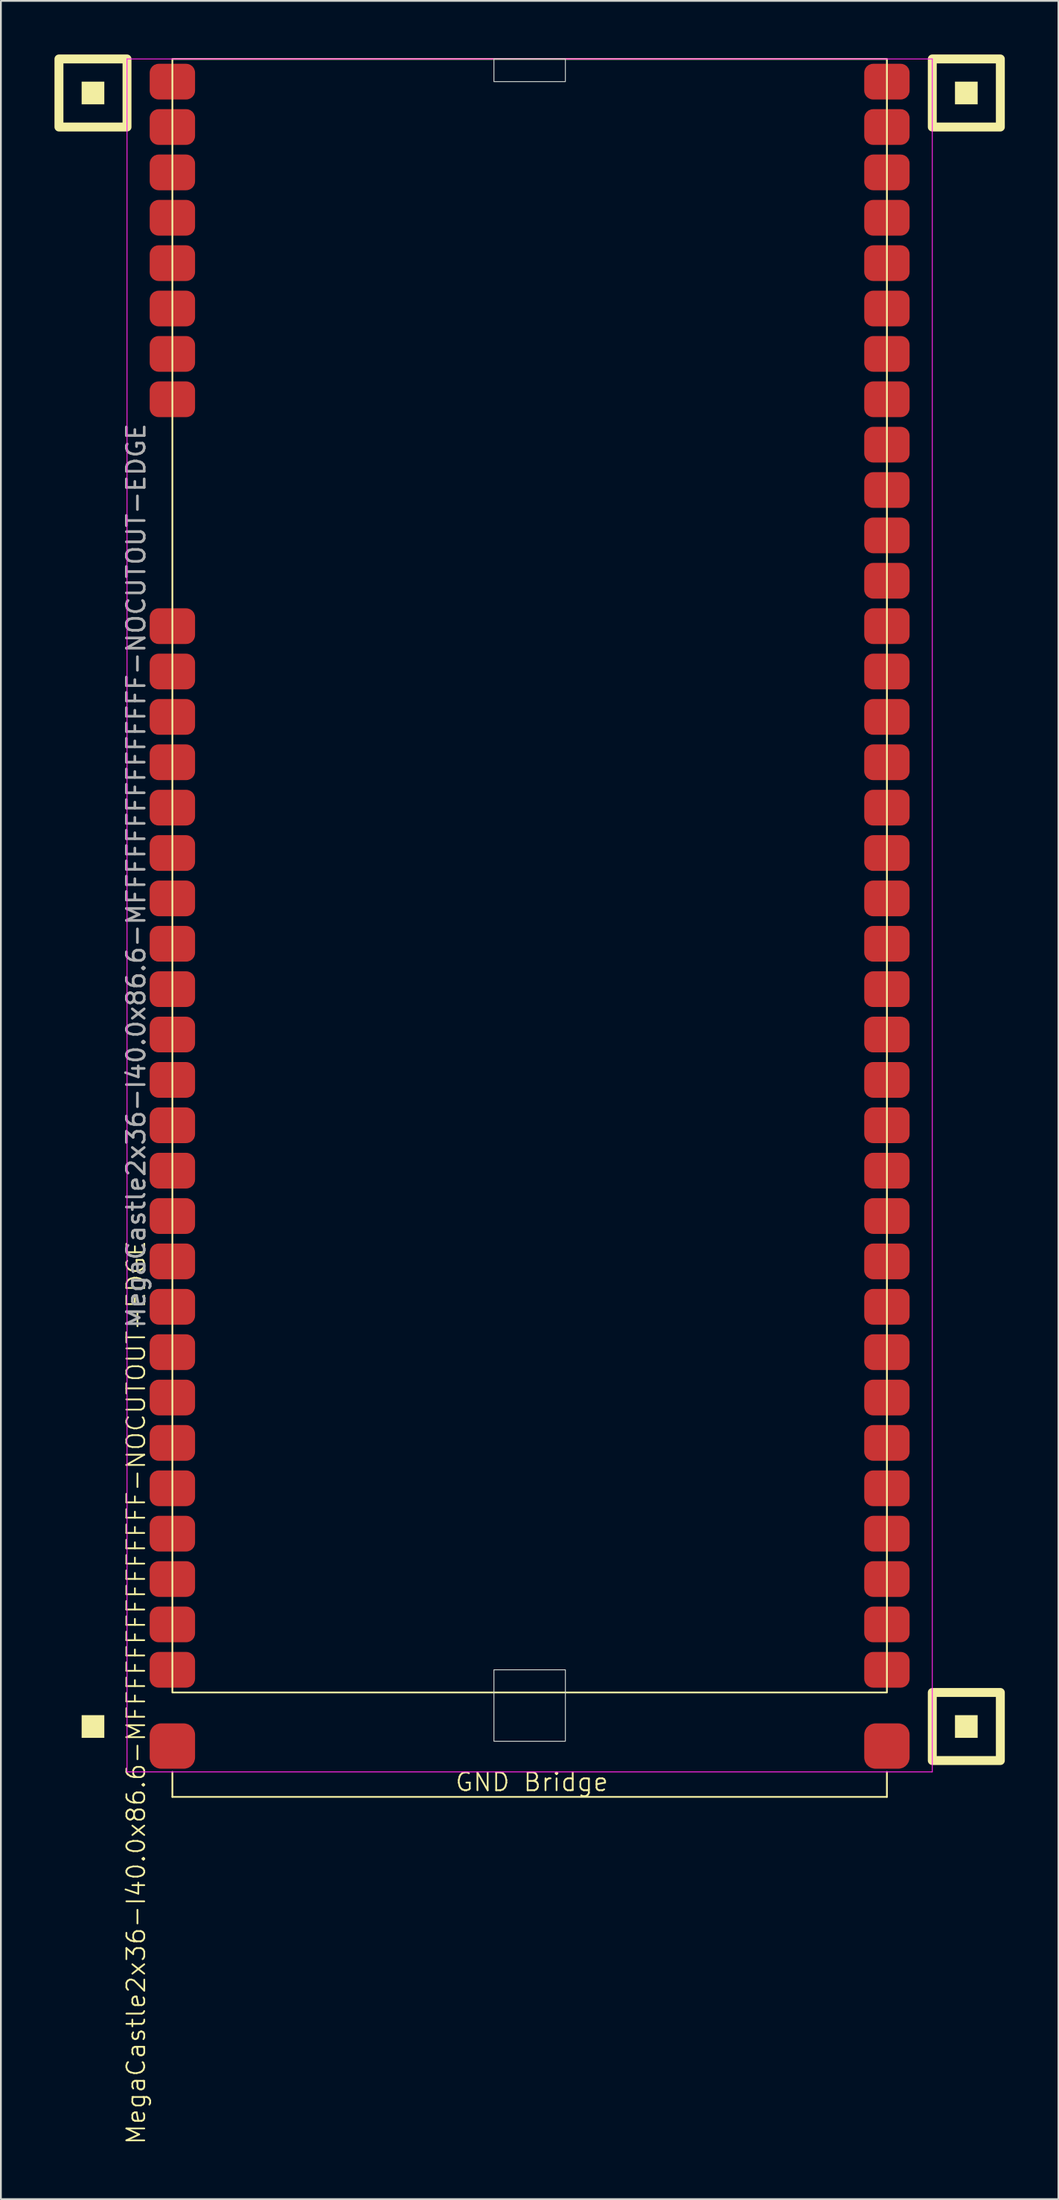
<source format=kicad_pcb>
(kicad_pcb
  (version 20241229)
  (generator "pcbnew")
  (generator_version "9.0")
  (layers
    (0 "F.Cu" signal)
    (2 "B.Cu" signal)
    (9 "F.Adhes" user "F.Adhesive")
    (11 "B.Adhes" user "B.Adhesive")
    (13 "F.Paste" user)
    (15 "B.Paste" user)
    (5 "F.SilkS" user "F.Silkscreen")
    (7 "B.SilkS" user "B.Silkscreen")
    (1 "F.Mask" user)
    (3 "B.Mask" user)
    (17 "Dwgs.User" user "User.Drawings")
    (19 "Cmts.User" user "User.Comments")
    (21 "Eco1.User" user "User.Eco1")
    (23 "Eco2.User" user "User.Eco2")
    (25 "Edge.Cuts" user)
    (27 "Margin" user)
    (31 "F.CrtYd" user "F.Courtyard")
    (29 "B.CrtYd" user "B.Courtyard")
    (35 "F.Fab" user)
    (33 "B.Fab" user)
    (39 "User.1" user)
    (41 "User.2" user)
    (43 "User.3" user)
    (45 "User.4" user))
  (footprint "MegaCastle2x36-I40.0x86.6-MFFFFFFFFFFFFFFF-NOCUTOUT-EDGE"
    (layer "F.Cu")
    (at 26.6 45.97)
    (property "Reference" "MegaCastle2x36-I40.0x86.6-MFFFFFFFFFFFFFFF-NOCUTOUT-EDGE" (at -22.032 45.72 90) (unlocked yes) (layer "F.SilkS") (effects (font (size 1 1) (thickness 0.1))))
    (attr smd)
    (fp_line (start -20 50.165) (end -20 51.565) (stroke (width 0.1) (type default)) (layer "F.SilkS"))
    (fp_line (start -20 51.565) (end 20 51.565) (stroke (width 0.1) (type default)) (layer "F.SilkS"))
    (fp_line (start 20 50.165) (end 20 51.565) (stroke (width 0.1) (type default)) (layer "F.SilkS"))
    (fp_rect (start -23.81 -43.18) (end -25.08 -44.45) (stroke (width 0) (type solid)) (fill yes) (layer "F.SilkS"))
    (fp_rect (start -23.81 48.26) (end -25.08 46.99) (stroke (width 0) (type solid)) (fill yes) (layer "F.SilkS"))
    (fp_rect (start -22.54 -41.91) (end -26.35 -45.72) (stroke (width 0.5) (type default)) (fill no) (layer "F.SilkS"))
    (fp_rect (start -20 -45.72) (end 20 45.72) (stroke (width 0.1) (type default)) (fill no) (layer "F.SilkS"))
    (fp_rect (start 25.08 -43.18) (end 23.81 -44.45) (stroke (width 0) (type solid)) (fill yes) (layer "F.SilkS"))
    (fp_rect (start 25.08 48.26) (end 23.81 46.99) (stroke (width 0) (type solid)) (fill yes) (layer "F.SilkS"))
    (fp_rect (start 26.35 -41.91) (end 22.54 -45.72) (stroke (width 0.5) (type default)) (fill no) (layer "F.SilkS"))
    (fp_rect (start 26.35 49.53) (end 22.54 45.72) (stroke (width 0.5) (type default)) (fill no) (layer "F.SilkS"))
    (fp_rect (start -2 -44.45) (end 2 -45.72) (stroke (width 0.05) (type default)) (fill no) (layer "Edge.Cuts"))
    (fp_rect (start -2 44.45) (end 2 48.45) (stroke (width 0.05) (type default)) (fill no) (layer "Edge.Cuts"))
    (fp_line (start -22.54 -45.72) (end -22.54 50.165) (stroke (width 0.05) (type default)) (layer "F.CrtYd"))
    (fp_line (start -22.54 50.165) (end 22.54 50.165) (stroke (width 0.05) (type default)) (layer "F.CrtYd"))
    (fp_line (start 22.54 -45.72) (end -22.54 -45.72) (stroke (width 0.05) (type default)) (layer "F.CrtYd"))
    (fp_line (start 22.54 -45.72) (end 22.54 50.165) (stroke (width 0.05) (type default)) (layer "F.CrtYd"))
    (fp_text user "GND Bridge" (at -4.226 51.32 0) (unlocked yes) (layer "F.SilkS") (effects (font (size 1 1) (thickness 0.1)) (justify left bottom)))
    (fp_text user "${REFERENCE}" (at -22.032 0 90) (unlocked yes) (layer "F.Fab") (effects (font (size 1 1) (thickness 0.15))))
    (pad "1" smd roundrect (at -20 -44.45) (size 2.54 2) (layers "F.Cu" "F.Mask" "F.Paste") (roundrect_rratio 0.25))
    (pad "2" smd roundrect (at -20 -41.91) (size 2.54 2) (layers "F.Cu" "F.Mask" "F.Paste") (roundrect_rratio 0.25))
    (pad "3" smd roundrect (at -20 -39.37) (size 2.54 2) (layers "F.Cu" "F.Mask" "F.Paste") (roundrect_rratio 0.25))
    (pad "4" smd roundrect (at -20 -36.83) (size 2.54 2) (layers "F.Cu" "F.Mask" "F.Paste") (roundrect_rratio 0.25))
    (pad "5" smd roundrect (at -20 -34.29) (size 2.54 2) (layers "F.Cu" "F.Mask" "F.Paste") (roundrect_rratio 0.25))
    (pad "6" smd roundrect (at -20 -31.75) (size 2.54 2) (layers "F.Cu" "F.Mask" "F.Paste") (roundrect_rratio 0.25))
    (pad "7" smd roundrect (at -20 -29.21) (size 2.54 2) (layers "F.Cu" "F.Mask" "F.Paste") (roundrect_rratio 0.25))
    (pad "8" smd roundrect (at -20 -26.67) (size 2.54 2) (layers "F.Cu" "F.Mask" "F.Paste") (roundrect_rratio 0.25))
    (pad "13" smd roundrect (at -20 -13.97) (size 2.54 2) (layers "F.Cu" "F.Mask" "F.Paste") (roundrect_rratio 0.25))
    (pad "14" smd roundrect (at -20 -11.43) (size 2.54 2) (layers "F.Cu" "F.Mask" "F.Paste") (roundrect_rratio 0.25))
    (pad "15" smd roundrect (at -20 -8.89) (size 2.54 2) (layers "F.Cu" "F.Mask" "F.Paste") (roundrect_rratio 0.25))
    (pad "16" smd roundrect (at -20 -6.35) (size 2.54 2) (layers "F.Cu" "F.Mask" "F.Paste") (roundrect_rratio 0.25))
    (pad "17" smd roundrect (at -20 -3.81) (size 2.54 2) (layers "F.Cu" "F.Mask" "F.Paste") (roundrect_rratio 0.25))
    (pad "18" smd roundrect (at -20 -1.27) (size 2.54 2) (layers "F.Cu" "F.Mask" "F.Paste") (roundrect_rratio 0.25))
    (pad "19" smd roundrect (at -20 1.27) (size 2.54 2) (layers "F.Cu" "F.Mask" "F.Paste") (roundrect_rratio 0.25))
    (pad "20" smd roundrect (at -20 3.81) (size 2.54 2) (layers "F.Cu" "F.Mask" "F.Paste") (roundrect_rratio 0.25))
    (pad "21" smd roundrect (at -20 6.35) (size 2.54 2) (layers "F.Cu" "F.Mask" "F.Paste") (roundrect_rratio 0.25))
    (pad "22" smd roundrect (at -20 8.89) (size 2.54 2) (layers "F.Cu" "F.Mask" "F.Paste") (roundrect_rratio 0.25))
    (pad "23" smd roundrect (at -20 11.43) (size 2.54 2) (layers "F.Cu" "F.Mask" "F.Paste") (roundrect_rratio 0.25))
    (pad "24" smd roundrect (at -20 13.97) (size 2.54 2) (layers "F.Cu" "F.Mask" "F.Paste") (roundrect_rratio 0.25))
    (pad "25" smd roundrect (at -20 16.51) (size 2.54 2) (layers "F.Cu" "F.Mask" "F.Paste") (roundrect_rratio 0.25))
    (pad "26" smd roundrect (at -20 19.05) (size 2.54 2) (layers "F.Cu" "F.Mask" "F.Paste") (roundrect_rratio 0.25))
    (pad "27" smd roundrect (at -20 21.59) (size 2.54 2) (layers "F.Cu" "F.Mask" "F.Paste") (roundrect_rratio 0.25))
    (pad "28" smd roundrect (at -20 24.13) (size 2.54 2) (layers "F.Cu" "F.Mask" "F.Paste") (roundrect_rratio 0.25))
    (pad "29" smd roundrect (at -20 26.67) (size 2.54 2) (layers "F.Cu" "F.Mask" "F.Paste") (roundrect_rratio 0.25))
    (pad "30" smd roundrect (at -20 29.21) (size 2.54 2) (layers "F.Cu" "F.Mask" "F.Paste") (roundrect_rratio 0.25))
    (pad "31" smd roundrect (at -20 31.75) (size 2.54 2) (layers "F.Cu" "F.Mask" "F.Paste") (roundrect_rratio 0.25))
    (pad "32" smd roundrect (at -20 34.29) (size 2.54 2) (layers "F.Cu" "F.Mask" "F.Paste") (roundrect_rratio 0.25))
    (pad "33" smd roundrect (at -20 36.83) (size 2.54 2) (layers "F.Cu" "F.Mask" "F.Paste") (roundrect_rratio 0.25))
    (pad "34" smd roundrect (at -20 39.37) (size 2.54 2) (layers "F.Cu" "F.Mask" "F.Paste") (roundrect_rratio 0.25))
    (pad "35" smd roundrect (at -20 41.91) (size 2.54 2) (layers "F.Cu" "F.Mask" "F.Paste") (roundrect_rratio 0.25))
    (pad "36" smd roundrect (at -20 44.45) (size 2.54 2) (layers "F.Cu" "F.Mask" "F.Paste") (roundrect_rratio 0.25))
    (pad "37" smd roundrect (at 20 -44.45) (size 2.54 2) (layers "F.Cu" "F.Mask" "F.Paste") (roundrect_rratio 0.25))
    (pad "38" smd roundrect (at 20 -41.91) (size 2.54 2) (layers "F.Cu" "F.Mask" "F.Paste") (roundrect_rratio 0.25))
    (pad "39" smd roundrect (at 20 -39.37) (size 2.54 2) (layers "F.Cu" "F.Mask" "F.Paste") (roundrect_rratio 0.25))
    (pad "40" smd roundrect (at 20 -36.83) (size 2.54 2) (layers "F.Cu" "F.Mask" "F.Paste") (roundrect_rratio 0.25))
    (pad "41" smd roundrect (at 20 -34.29) (size 2.54 2) (layers "F.Cu" "F.Mask" "F.Paste") (roundrect_rratio 0.25))
    (pad "42" smd roundrect (at 20 -31.75) (size 2.54 2) (layers "F.Cu" "F.Mask" "F.Paste") (roundrect_rratio 0.25))
    (pad "43" smd roundrect (at 20 -29.21) (size 2.54 2) (layers "F.Cu" "F.Mask" "F.Paste") (roundrect_rratio 0.25))
    (pad "44" smd roundrect (at 20 -26.67) (size 2.54 2) (layers "F.Cu" "F.Mask" "F.Paste") (roundrect_rratio 0.25))
    (pad "45" smd roundrect (at 20 -24.13) (size 2.54 2) (layers "F.Cu" "F.Mask" "F.Paste") (roundrect_rratio 0.25))
    (pad "46" smd roundrect (at 20 -21.59) (size 2.54 2) (layers "F.Cu" "F.Mask" "F.Paste") (roundrect_rratio 0.25))
    (pad "47" smd roundrect (at 20 -19.05) (size 2.54 2) (layers "F.Cu" "F.Mask" "F.Paste") (roundrect_rratio 0.25))
    (pad "48" smd roundrect (at 20 -16.51) (size 2.54 2) (layers "F.Cu" "F.Mask" "F.Paste") (roundrect_rratio 0.25))
    (pad "49" smd roundrect (at 20 -13.97) (size 2.54 2) (layers "F.Cu" "F.Mask" "F.Paste") (roundrect_rratio 0.25))
    (pad "50" smd roundrect (at 20 -11.43) (size 2.54 2) (layers "F.Cu" "F.Mask" "F.Paste") (roundrect_rratio 0.25))
    (pad "51" smd roundrect (at 20 -8.89) (size 2.54 2) (layers "F.Cu" "F.Mask" "F.Paste") (roundrect_rratio 0.25))
    (pad "52" smd roundrect (at 20 -6.35) (size 2.54 2) (layers "F.Cu" "F.Mask" "F.Paste") (roundrect_rratio 0.25))
    (pad "53" smd roundrect (at 20 -3.81) (size 2.54 2) (layers "F.Cu" "F.Mask" "F.Paste") (roundrect_rratio 0.25))
    (pad "54" smd roundrect (at 20 -1.27) (size 2.54 2) (layers "F.Cu" "F.Mask" "F.Paste") (roundrect_rratio 0.25))
    (pad "55" smd roundrect (at 20 1.27) (size 2.54 2) (layers "F.Cu" "F.Mask" "F.Paste") (roundrect_rratio 0.25))
    (pad "56" smd roundrect (at 20 3.81) (size 2.54 2) (layers "F.Cu" "F.Mask" "F.Paste") (roundrect_rratio 0.25))
    (pad "57" smd roundrect (at 20 6.35) (size 2.54 2) (layers "F.Cu" "F.Mask" "F.Paste") (roundrect_rratio 0.25))
    (pad "58" smd roundrect (at 20 8.89) (size 2.54 2) (layers "F.Cu" "F.Mask" "F.Paste") (roundrect_rratio 0.25))
    (pad "59" smd roundrect (at 20 11.43) (size 2.54 2) (layers "F.Cu" "F.Mask" "F.Paste") (roundrect_rratio 0.25))
    (pad "60" smd roundrect (at 20 13.97) (size 2.54 2) (layers "F.Cu" "F.Mask" "F.Paste") (roundrect_rratio 0.25))
    (pad "61" smd roundrect (at 20 16.51) (size 2.54 2) (layers "F.Cu" "F.Mask" "F.Paste") (roundrect_rratio 0.25))
    (pad "62" smd roundrect (at 20 19.05) (size 2.54 2) (layers "F.Cu" "F.Mask" "F.Paste") (roundrect_rratio 0.25))
    (pad "63" smd roundrect (at 20 21.59) (size 2.54 2) (layers "F.Cu" "F.Mask" "F.Paste") (roundrect_rratio 0.25))
    (pad "64" smd roundrect (at 20 24.13) (size 2.54 2) (layers "F.Cu" "F.Mask" "F.Paste") (roundrect_rratio 0.25))
    (pad "65" smd roundrect (at 20 26.67) (size 2.54 2) (layers "F.Cu" "F.Mask" "F.Paste") (roundrect_rratio 0.25))
    (pad "66" smd roundrect (at 20 29.21) (size 2.54 2) (layers "F.Cu" "F.Mask" "F.Paste") (roundrect_rratio 0.25))
    (pad "67" smd roundrect (at 20 31.75) (size 2.54 2) (layers "F.Cu" "F.Mask" "F.Paste") (roundrect_rratio 0.25))
    (pad "68" smd roundrect (at 20 34.29) (size 2.54 2) (layers "F.Cu" "F.Mask" "F.Paste") (roundrect_rratio 0.25))
    (pad "69" smd roundrect (at 20 36.83) (size 2.54 2) (layers "F.Cu" "F.Mask" "F.Paste") (roundrect_rratio 0.25))
    (pad "70" smd roundrect (at 20 39.37) (size 2.54 2) (layers "F.Cu" "F.Mask" "F.Paste") (roundrect_rratio 0.25))
    (pad "71" smd roundrect (at 20 41.91) (size 2.54 2) (layers "F.Cu" "F.Mask" "F.Paste") (roundrect_rratio 0.25))
    (pad "72" smd roundrect (at 20 44.45) (size 2.54 2) (layers "F.Cu" "F.Mask" "F.Paste") (roundrect_rratio 0.25))
    (pad "B1" smd roundrect (at -20 48.72) (size 2.54 2.54) (layers "F.Cu" "F.Mask" "F.Paste") (roundrect_rratio 0.25))
    (pad "B2" smd roundrect (at 20 48.72) (size 2.54 2.54) (layers "F.Cu" "F.Mask" "F.Paste") (roundrect_rratio 0.25)))
  (gr_rect
    (start -3 -3)
    (end 56.2 120.05)
    (stroke (width 0.1) (type default))
    (fill no)
    (layer "Edge.Cuts")))
</source>
